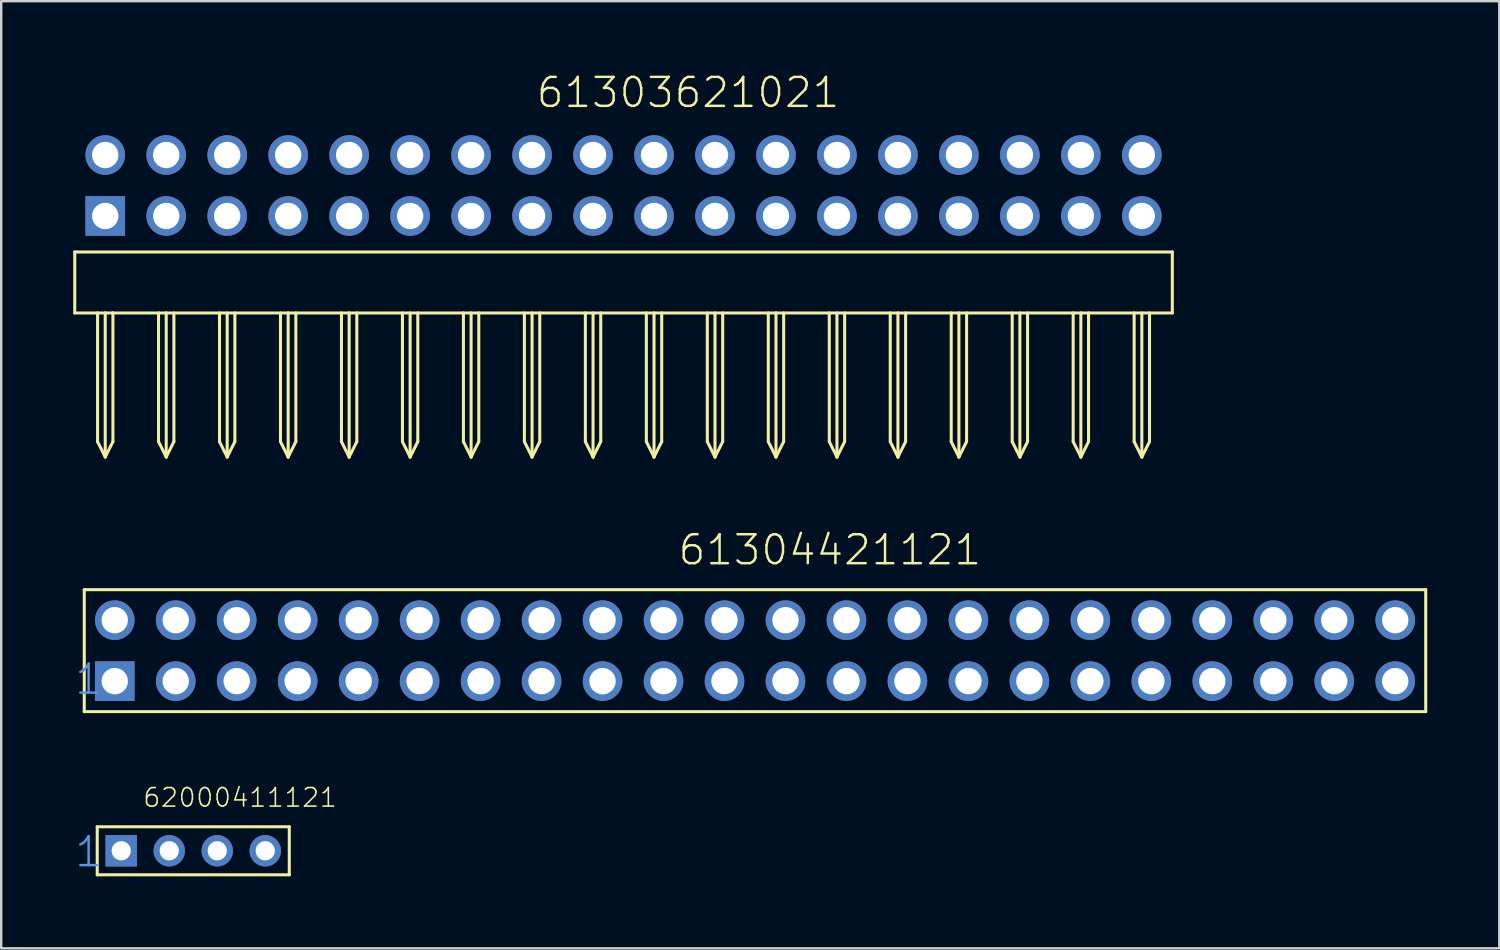
<source format=kicad_pcb>
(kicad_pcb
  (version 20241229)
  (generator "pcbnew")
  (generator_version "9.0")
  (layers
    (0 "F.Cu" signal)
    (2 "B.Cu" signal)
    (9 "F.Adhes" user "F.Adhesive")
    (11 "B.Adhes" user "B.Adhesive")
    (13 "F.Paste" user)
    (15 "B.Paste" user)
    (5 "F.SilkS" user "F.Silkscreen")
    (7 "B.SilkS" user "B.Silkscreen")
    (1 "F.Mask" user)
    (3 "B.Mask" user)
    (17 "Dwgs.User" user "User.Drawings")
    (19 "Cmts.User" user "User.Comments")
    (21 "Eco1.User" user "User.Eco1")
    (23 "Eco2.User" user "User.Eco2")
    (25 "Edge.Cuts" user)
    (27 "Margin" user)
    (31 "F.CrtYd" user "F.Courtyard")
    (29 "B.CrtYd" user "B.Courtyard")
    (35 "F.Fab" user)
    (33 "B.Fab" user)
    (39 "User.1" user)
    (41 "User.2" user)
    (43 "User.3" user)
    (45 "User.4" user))
  (footprint "62000411121"
    (layer "F.Cu")
    (at 5 32.39)
    (property "Reference" "62000411121" (at -2.136 -1.765 0) (layer "F.SilkS") (effects (font (size 0.772 0.772) (thickness 0.065)) (justify left bottom)))
    (attr through_hole)
    (fp_line (start -4 -1) (end -4 1) (stroke (width 0.127) (type solid)) (layer "F.SilkS"))
    (fp_line (start -4 1) (end 4 1) (stroke (width 0.127) (type solid)) (layer "F.SilkS"))
    (fp_line (start 4 -1) (end -4 -1) (stroke (width 0.127) (type solid)) (layer "F.SilkS"))
    (fp_line (start 4 1) (end 4 -1) (stroke (width 0.127) (type solid)) (layer "F.SilkS"))
    (fp_text user "1" (at -5 0.75 0) (layer "Cmts.User") (effects (font (size 1.206 1.206) (thickness 0.102)) (justify left bottom)))
    (pad "1" thru_hole rect (at -3 0) (size 1.308 1.308) (drill 0.8) (layers "*.Cu" "*.Mask"))
    (pad "2" thru_hole circle (at -1 0) (size 1.308 1.308) (drill 0.8) (layers "*.Cu" "*.Mask"))
    (pad "3" thru_hole circle (at 1 0) (size 1.308 1.308) (drill 0.8) (layers "*.Cu" "*.Mask"))
    (pad "4" thru_hole circle (at 3 0) (size 1.308 1.308) (drill 0.8) (layers "*.Cu" "*.Mask")))
  (footprint "61304421121"
    (layer "F.Cu")
    (at 28.4 24.054)
    (property "Reference" "61304421121" (at -3.265 -3.492 0) (layer "F.SilkS") (effects (font (size 1.206 1.206) (thickness 0.102)) (justify left bottom)))
    (attr through_hole)
    (fp_line (start -27.94 -2.54) (end 27.94 -2.54) (stroke (width 0.127) (type solid)) (layer "F.SilkS"))
    (fp_line (start -27.94 2.54) (end -27.94 -2.54) (stroke (width 0.127) (type solid)) (layer "F.SilkS"))
    (fp_line (start 27.94 -2.54) (end 27.94 2.54) (stroke (width 0.127) (type solid)) (layer "F.SilkS"))
    (fp_line (start 27.94 2.54) (end -27.94 2.54) (stroke (width 0.127) (type solid)) (layer "F.SilkS"))
    (fp_text user "1" (at -28.4 1.9 0) (layer "Cmts.User") (effects (font (size 1.206 1.206) (thickness 0.102)) (justify left bottom)))
    (pad "1" thru_hole rect (at -26.67 1.27 180) (size 1.65 1.65) (drill 1.1) (layers "*.Cu" "*.Mask"))
    (pad "2" thru_hole circle (at -24.13 1.27 180) (size 1.65 1.65) (drill 1.1) (layers "*.Cu" "*.Mask"))
    (pad "3" thru_hole circle (at -21.59 1.27 180) (size 1.65 1.65) (drill 1.1) (layers "*.Cu" "*.Mask"))
    (pad "4" thru_hole circle (at -19.05 1.27 180) (size 1.65 1.65) (drill 1.1) (layers "*.Cu" "*.Mask"))
    (pad "5" thru_hole circle (at -16.51 1.27 180) (size 1.65 1.65) (drill 1.1) (layers "*.Cu" "*.Mask"))
    (pad "6" thru_hole circle (at -13.97 1.27 180) (size 1.65 1.65) (drill 1.1) (layers "*.Cu" "*.Mask"))
    (pad "7" thru_hole circle (at -11.43 1.27 180) (size 1.65 1.65) (drill 1.1) (layers "*.Cu" "*.Mask"))
    (pad "8" thru_hole circle (at -8.89 1.27 180) (size 1.65 1.65) (drill 1.1) (layers "*.Cu" "*.Mask"))
    (pad "9" thru_hole circle (at -6.35 1.27 180) (size 1.65 1.65) (drill 1.1) (layers "*.Cu" "*.Mask"))
    (pad "10" thru_hole circle (at -3.81 1.27 180) (size 1.65 1.65) (drill 1.1) (layers "*.Cu" "*.Mask"))
    (pad "11" thru_hole circle (at -1.27 1.27 180) (size 1.65 1.65) (drill 1.1) (layers "*.Cu" "*.Mask"))
    (pad "12" thru_hole circle (at 1.27 1.27 180) (size 1.65 1.65) (drill 1.1) (layers "*.Cu" "*.Mask"))
    (pad "13" thru_hole circle (at 3.81 1.27 180) (size 1.65 1.65) (drill 1.1) (layers "*.Cu" "*.Mask"))
    (pad "14" thru_hole circle (at 6.35 1.27 180) (size 1.65 1.65) (drill 1.1) (layers "*.Cu" "*.Mask"))
    (pad "15" thru_hole circle (at 8.89 1.27 180) (size 1.65 1.65) (drill 1.1) (layers "*.Cu" "*.Mask"))
    (pad "16" thru_hole circle (at 11.43 1.27 180) (size 1.65 1.65) (drill 1.1) (layers "*.Cu" "*.Mask"))
    (pad "17" thru_hole circle (at 13.97 1.27 180) (size 1.65 1.65) (drill 1.1) (layers "*.Cu" "*.Mask"))
    (pad "18" thru_hole circle (at 16.51 1.27 180) (size 1.65 1.65) (drill 1.1) (layers "*.Cu" "*.Mask"))
    (pad "19" thru_hole circle (at 19.05 1.27 180) (size 1.65 1.65) (drill 1.1) (layers "*.Cu" "*.Mask"))
    (pad "20" thru_hole circle (at 21.59 1.27 180) (size 1.65 1.65) (drill 1.1) (layers "*.Cu" "*.Mask"))
    (pad "21" thru_hole circle (at 24.13 1.27 180) (size 1.65 1.65) (drill 1.1) (layers "*.Cu" "*.Mask"))
    (pad "22" thru_hole circle (at 26.67 1.27 180) (size 1.65 1.65) (drill 1.1) (layers "*.Cu" "*.Mask"))
    (pad "23" thru_hole circle (at 26.67 -1.27) (size 1.65 1.65) (drill 1.1) (layers "*.Cu" "*.Mask"))
    (pad "24" thru_hole circle (at 24.13 -1.27) (size 1.65 1.65) (drill 1.1) (layers "*.Cu" "*.Mask"))
    (pad "25" thru_hole circle (at 21.59 -1.27) (size 1.65 1.65) (drill 1.1) (layers "*.Cu" "*.Mask"))
    (pad "26" thru_hole circle (at 19.05 -1.27) (size 1.65 1.65) (drill 1.1) (layers "*.Cu" "*.Mask"))
    (pad "27" thru_hole circle (at 16.51 -1.27) (size 1.65 1.65) (drill 1.1) (layers "*.Cu" "*.Mask"))
    (pad "28" thru_hole circle (at 13.97 -1.27) (size 1.65 1.65) (drill 1.1) (layers "*.Cu" "*.Mask"))
    (pad "29" thru_hole circle (at 11.43 -1.27) (size 1.65 1.65) (drill 1.1) (layers "*.Cu" "*.Mask"))
    (pad "30" thru_hole circle (at 8.89 -1.27) (size 1.65 1.65) (drill 1.1) (layers "*.Cu" "*.Mask"))
    (pad "31" thru_hole circle (at 6.35 -1.27) (size 1.65 1.65) (drill 1.1) (layers "*.Cu" "*.Mask"))
    (pad "32" thru_hole circle (at 3.81 -1.27) (size 1.65 1.65) (drill 1.1) (layers "*.Cu" "*.Mask"))
    (pad "33" thru_hole circle (at 1.27 -1.27) (size 1.65 1.65) (drill 1.1) (layers "*.Cu" "*.Mask"))
    (pad "34" thru_hole circle (at -1.27 -1.27) (size 1.65 1.65) (drill 1.1) (layers "*.Cu" "*.Mask"))
    (pad "35" thru_hole circle (at -3.81 -1.27) (size 1.65 1.65) (drill 1.1) (layers "*.Cu" "*.Mask"))
    (pad "36" thru_hole circle (at -6.35 -1.27) (size 1.65 1.65) (drill 1.1) (layers "*.Cu" "*.Mask"))
    (pad "37" thru_hole circle (at -8.89 -1.27) (size 1.65 1.65) (drill 1.1) (layers "*.Cu" "*.Mask"))
    (pad "38" thru_hole circle (at -11.43 -1.27) (size 1.65 1.65) (drill 1.1) (layers "*.Cu" "*.Mask"))
    (pad "39" thru_hole circle (at -13.97 -1.27) (size 1.65 1.65) (drill 1.1) (layers "*.Cu" "*.Mask"))
    (pad "40" thru_hole circle (at -16.51 -1.27) (size 1.65 1.65) (drill 1.1) (layers "*.Cu" "*.Mask"))
    (pad "41" thru_hole circle (at -19.05 -1.27) (size 1.65 1.65) (drill 1.1) (layers "*.Cu" "*.Mask"))
    (pad "42" thru_hole circle (at -21.59 -1.27) (size 1.65 1.65) (drill 1.1) (layers "*.Cu" "*.Mask"))
    (pad "43" thru_hole circle (at -24.13 -1.27) (size 1.65 1.65) (drill 1.1) (layers "*.Cu" "*.Mask"))
    (pad "44" thru_hole circle (at -26.67 -1.27) (size 1.65 1.65) (drill 1.1) (layers "*.Cu" "*.Mask")))
  (footprint "61303621021"
    (layer "F.Cu")
    (at 22.924 5.947)
    (property "Reference" "61303621021" (at -3.696 -4.436 0) (layer "F.SilkS") (effects (font (size 1.206 1.206) (thickness 0.102)) (justify left bottom)))
    (attr through_hole)
    (fp_line (start -22.86 1.5) (end -22.86 4.04) (stroke (width 0.127) (type solid)) (layer "F.SilkS"))
    (fp_line (start -22.86 4.04) (end -21.91 4.04) (stroke (width 0.127) (type solid)) (layer "F.SilkS"))
    (fp_line (start -21.91 4.04) (end -21.91 9.4) (stroke (width 0.127) (type solid)) (layer "F.SilkS"))
    (fp_line (start -21.91 4.04) (end -21.59 4.04) (stroke (width 0.127) (type solid)) (layer "F.SilkS"))
    (fp_line (start -21.91 9.4) (end -21.59 10.04) (stroke (width 0.127) (type solid)) (layer "F.SilkS"))
    (fp_line (start -21.59 4.04) (end -21.59 10.04) (stroke (width 0.127) (type solid)) (layer "F.SilkS"))
    (fp_line (start -21.59 4.04) (end -21.27 4.04) (stroke (width 0.127) (type solid)) (layer "F.SilkS"))
    (fp_line (start -21.59 10.04) (end -21.27 9.4) (stroke (width 0.127) (type solid)) (layer "F.SilkS"))
    (fp_line (start -21.27 4.04) (end -21.27 9.4) (stroke (width 0.127) (type solid)) (layer "F.SilkS"))
    (fp_line (start -21.27 4.04) (end -19.05 4.04) (stroke (width 0.127) (type solid)) (layer "F.SilkS"))
    (fp_line (start -19.37 4.04) (end -19.37 9.4) (stroke (width 0.127) (type solid)) (layer "F.SilkS"))
    (fp_line (start -19.37 9.4) (end -19.05 10.04) (stroke (width 0.127) (type solid)) (layer "F.SilkS"))
    (fp_line (start -19.05 4.04) (end -19.05 10.04) (stroke (width 0.127) (type solid)) (layer "F.SilkS"))
    (fp_line (start -19.05 4.04) (end -13.97 4.04) (stroke (width 0.127) (type solid)) (layer "F.SilkS"))
    (fp_line (start -19.05 10.04) (end -18.73 9.4) (stroke (width 0.127) (type solid)) (layer "F.SilkS"))
    (fp_line (start -18.73 4.04) (end -18.73 9.4) (stroke (width 0.127) (type solid)) (layer "F.SilkS"))
    (fp_line (start -16.83 4.04) (end -16.83 9.4) (stroke (width 0.127) (type solid)) (layer "F.SilkS"))
    (fp_line (start -16.83 9.4) (end -16.51 10.04) (stroke (width 0.127) (type solid)) (layer "F.SilkS"))
    (fp_line (start -16.51 4.04) (end -16.51 10.04) (stroke (width 0.127) (type solid)) (layer "F.SilkS"))
    (fp_line (start -16.51 10.04) (end -16.19 9.4) (stroke (width 0.127) (type solid)) (layer "F.SilkS"))
    (fp_line (start -16.19 4.04) (end -16.19 9.4) (stroke (width 0.127) (type solid)) (layer "F.SilkS"))
    (fp_line (start -14.29 4.04) (end -14.29 9.4) (stroke (width 0.127) (type solid)) (layer "F.SilkS"))
    (fp_line (start -14.29 9.4) (end -13.97 10.04) (stroke (width 0.127) (type solid)) (layer "F.SilkS"))
    (fp_line (start -13.97 4.04) (end -13.97 10.04) (stroke (width 0.127) (type solid)) (layer "F.SilkS"))
    (fp_line (start -13.97 4.04) (end -11.43 4.04) (stroke (width 0.127) (type solid)) (layer "F.SilkS"))
    (fp_line (start -13.97 10.04) (end -13.65 9.4) (stroke (width 0.127) (type solid)) (layer "F.SilkS"))
    (fp_line (start -13.65 4.04) (end -13.65 9.4) (stroke (width 0.127) (type solid)) (layer "F.SilkS"))
    (fp_line (start -11.75 4.04) (end -11.75 9.4) (stroke (width 0.127) (type solid)) (layer "F.SilkS"))
    (fp_line (start -11.75 9.4) (end -11.43 10.04) (stroke (width 0.127) (type solid)) (layer "F.SilkS"))
    (fp_line (start -11.43 4.04) (end -11.43 10.04) (stroke (width 0.127) (type solid)) (layer "F.SilkS"))
    (fp_line (start -11.43 4.04) (end 22.86 4.04) (stroke (width 0.127) (type solid)) (layer "F.SilkS"))
    (fp_line (start -11.43 10.04) (end -11.11 9.4) (stroke (width 0.127) (type solid)) (layer "F.SilkS"))
    (fp_line (start -11.11 4.04) (end -11.11 9.4) (stroke (width 0.127) (type solid)) (layer "F.SilkS"))
    (fp_line (start -9.21 4.04) (end -9.21 9.4) (stroke (width 0.127) (type solid)) (layer "F.SilkS"))
    (fp_line (start -9.21 9.4) (end -8.89 10.04) (stroke (width 0.127) (type solid)) (layer "F.SilkS"))
    (fp_line (start -8.89 4.04) (end -8.89 10.04) (stroke (width 0.127) (type solid)) (layer "F.SilkS"))
    (fp_line (start -8.89 10.04) (end -8.57 9.4) (stroke (width 0.127) (type solid)) (layer "F.SilkS"))
    (fp_line (start -8.57 4.04) (end -8.57 9.4) (stroke (width 0.127) (type solid)) (layer "F.SilkS"))
    (fp_line (start -6.67 4.04) (end -6.67 9.4) (stroke (width 0.127) (type solid)) (layer "F.SilkS"))
    (fp_line (start -6.67 9.4) (end -6.35 10.04) (stroke (width 0.127) (type solid)) (layer "F.SilkS"))
    (fp_line (start -6.35 4.04) (end -6.35 10.04) (stroke (width 0.127) (type solid)) (layer "F.SilkS"))
    (fp_line (start -6.35 10.04) (end -6.03 9.4) (stroke (width 0.127) (type solid)) (layer "F.SilkS"))
    (fp_line (start -6.03 4.04) (end -6.03 9.4) (stroke (width 0.127) (type solid)) (layer "F.SilkS"))
    (fp_line (start -4.13 4.04) (end -4.13 9.4) (stroke (width 0.127) (type solid)) (layer "F.SilkS"))
    (fp_line (start -4.13 9.4) (end -3.81 10.04) (stroke (width 0.127) (type solid)) (layer "F.SilkS"))
    (fp_line (start -3.81 4.04) (end -3.81 10.04) (stroke (width 0.127) (type solid)) (layer "F.SilkS"))
    (fp_line (start -3.81 10.04) (end -3.49 9.4) (stroke (width 0.127) (type solid)) (layer "F.SilkS"))
    (fp_line (start -3.49 4.04) (end -3.49 9.4) (stroke (width 0.127) (type solid)) (layer "F.SilkS"))
    (fp_line (start -1.59 4.04) (end -1.59 9.4) (stroke (width 0.127) (type solid)) (layer "F.SilkS"))
    (fp_line (start -1.59 9.4) (end -1.27 10.04) (stroke (width 0.127) (type solid)) (layer "F.SilkS"))
    (fp_line (start -1.27 4.04) (end -1.27 10.04) (stroke (width 0.127) (type solid)) (layer "F.SilkS"))
    (fp_line (start -1.27 10.04) (end -0.95 9.4) (stroke (width 0.127) (type solid)) (layer "F.SilkS"))
    (fp_line (start -0.95 4.04) (end -0.95 9.4) (stroke (width 0.127) (type solid)) (layer "F.SilkS"))
    (fp_line (start 0.95 4.04) (end 0.95 9.4) (stroke (width 0.127) (type solid)) (layer "F.SilkS"))
    (fp_line (start 0.95 9.4) (end 1.27 10.04) (stroke (width 0.127) (type solid)) (layer "F.SilkS"))
    (fp_line (start 1.27 4.04) (end 1.27 10.04) (stroke (width 0.127) (type solid)) (layer "F.SilkS"))
    (fp_line (start 1.27 10.04) (end 1.59 9.4) (stroke (width 0.127) (type solid)) (layer "F.SilkS"))
    (fp_line (start 1.59 4.04) (end 1.59 9.4) (stroke (width 0.127) (type solid)) (layer "F.SilkS"))
    (fp_line (start 3.49 4.04) (end 3.49 9.4) (stroke (width 0.127) (type solid)) (layer "F.SilkS"))
    (fp_line (start 3.49 9.4) (end 3.81 10.04) (stroke (width 0.127) (type solid)) (layer "F.SilkS"))
    (fp_line (start 3.81 4.04) (end 3.81 10.04) (stroke (width 0.127) (type solid)) (layer "F.SilkS"))
    (fp_line (start 3.81 10.04) (end 4.13 9.4) (stroke (width 0.127) (type solid)) (layer "F.SilkS"))
    (fp_line (start 4.13 4.04) (end 4.13 9.4) (stroke (width 0.127) (type solid)) (layer "F.SilkS"))
    (fp_line (start 6.03 4.04) (end 6.03 9.4) (stroke (width 0.127) (type solid)) (layer "F.SilkS"))
    (fp_line (start 6.03 9.4) (end 6.35 10.04) (stroke (width 0.127) (type solid)) (layer "F.SilkS"))
    (fp_line (start 6.35 4.04) (end 6.35 10.04) (stroke (width 0.127) (type solid)) (layer "F.SilkS"))
    (fp_line (start 6.35 10.04) (end 6.67 9.4) (stroke (width 0.127) (type solid)) (layer "F.SilkS"))
    (fp_line (start 6.67 4.04) (end 6.67 9.4) (stroke (width 0.127) (type solid)) (layer "F.SilkS"))
    (fp_line (start 8.57 4.04) (end 8.57 9.4) (stroke (width 0.127) (type solid)) (layer "F.SilkS"))
    (fp_line (start 8.57 9.4) (end 8.89 10.04) (stroke (width 0.127) (type solid)) (layer "F.SilkS"))
    (fp_line (start 8.89 4.04) (end 8.89 10.04) (stroke (width 0.127) (type solid)) (layer "F.SilkS"))
    (fp_line (start 8.89 10.04) (end 9.21 9.4) (stroke (width 0.127) (type solid)) (layer "F.SilkS"))
    (fp_line (start 9.21 4.04) (end 9.21 9.4) (stroke (width 0.127) (type solid)) (layer "F.SilkS"))
    (fp_line (start 11.11 4.04) (end 11.11 9.4) (stroke (width 0.127) (type solid)) (layer "F.SilkS"))
    (fp_line (start 11.11 9.4) (end 11.43 10.04) (stroke (width 0.127) (type solid)) (layer "F.SilkS"))
    (fp_line (start 11.43 4.04) (end 11.43 10.04) (stroke (width 0.127) (type solid)) (layer "F.SilkS"))
    (fp_line (start 11.43 10.04) (end 11.75 9.4) (stroke (width 0.127) (type solid)) (layer "F.SilkS"))
    (fp_line (start 11.75 4.04) (end 11.75 9.4) (stroke (width 0.127) (type solid)) (layer "F.SilkS"))
    (fp_line (start 13.65 4.04) (end 13.65 9.4) (stroke (width 0.127) (type solid)) (layer "F.SilkS"))
    (fp_line (start 13.65 9.4) (end 13.97 10.04) (stroke (width 0.127) (type solid)) (layer "F.SilkS"))
    (fp_line (start 13.97 4.04) (end 13.97 10.04) (stroke (width 0.127) (type solid)) (layer "F.SilkS"))
    (fp_line (start 13.97 10.04) (end 14.29 9.4) (stroke (width 0.127) (type solid)) (layer "F.SilkS"))
    (fp_line (start 14.29 4.04) (end 14.29 9.4) (stroke (width 0.127) (type solid)) (layer "F.SilkS"))
    (fp_line (start 16.19 4.04) (end 16.19 9.4) (stroke (width 0.127) (type solid)) (layer "F.SilkS"))
    (fp_line (start 16.19 9.4) (end 16.51 10.04) (stroke (width 0.127) (type solid)) (layer "F.SilkS"))
    (fp_line (start 16.51 4.04) (end 16.51 10.04) (stroke (width 0.127) (type solid)) (layer "F.SilkS"))
    (fp_line (start 16.51 10.04) (end 16.83 9.4) (stroke (width 0.127) (type solid)) (layer "F.SilkS"))
    (fp_line (start 16.83 4.04) (end 16.83 9.4) (stroke (width 0.127) (type solid)) (layer "F.SilkS"))
    (fp_line (start 18.73 4.04) (end 18.73 9.4) (stroke (width 0.127) (type solid)) (layer "F.SilkS"))
    (fp_line (start 18.73 9.4) (end 19.05 10.04) (stroke (width 0.127) (type solid)) (layer "F.SilkS"))
    (fp_line (start 19.05 4.04) (end 19.05 10.04) (stroke (width 0.127) (type solid)) (layer "F.SilkS"))
    (fp_line (start 19.05 10.04) (end 19.37 9.4) (stroke (width 0.127) (type solid)) (layer "F.SilkS"))
    (fp_line (start 19.37 4.04) (end 19.37 9.4) (stroke (width 0.127) (type solid)) (layer "F.SilkS"))
    (fp_line (start 21.27 4.04) (end 21.27 9.4) (stroke (width 0.127) (type solid)) (layer "F.SilkS"))
    (fp_line (start 21.27 9.4) (end 21.59 10.04) (stroke (width 0.127) (type solid)) (layer "F.SilkS"))
    (fp_line (start 21.59 4.04) (end 21.59 10.04) (stroke (width 0.127) (type solid)) (layer "F.SilkS"))
    (fp_line (start 21.59 10.04) (end 21.91 9.4) (stroke (width 0.127) (type solid)) (layer "F.SilkS"))
    (fp_line (start 21.91 4.04) (end 21.91 9.4) (stroke (width 0.127) (type solid)) (layer "F.SilkS"))
    (fp_line (start 22.86 1.5) (end -22.86 1.5) (stroke (width 0.127) (type solid)) (layer "F.SilkS"))
    (fp_line (start 22.86 4.04) (end 22.86 1.5) (stroke (width 0.127) (type solid)) (layer "F.SilkS"))
    (pad "1" thru_hole rect (at -21.59 0 180) (size 1.65 1.65) (drill 1.1) (layers "*.Cu" "*.Mask"))
    (pad "2" thru_hole circle (at -19.05 0 180) (size 1.65 1.65) (drill 1.1) (layers "*.Cu" "*.Mask"))
    (pad "3" thru_hole circle (at -16.51 0 180) (size 1.65 1.65) (drill 1.1) (layers "*.Cu" "*.Mask"))
    (pad "4" thru_hole circle (at -13.97 0 180) (size 1.65 1.65) (drill 1.1) (layers "*.Cu" "*.Mask"))
    (pad "5" thru_hole circle (at -11.43 0 180) (size 1.65 1.65) (drill 1.1) (layers "*.Cu" "*.Mask"))
    (pad "6" thru_hole circle (at -8.89 0 180) (size 1.65 1.65) (drill 1.1) (layers "*.Cu" "*.Mask"))
    (pad "7" thru_hole circle (at -6.35 0 180) (size 1.65 1.65) (drill 1.1) (layers "*.Cu" "*.Mask"))
    (pad "8" thru_hole circle (at -3.81 0 180) (size 1.65 1.65) (drill 1.1) (layers "*.Cu" "*.Mask"))
    (pad "9" thru_hole circle (at -1.27 0 180) (size 1.65 1.65) (drill 1.1) (layers "*.Cu" "*.Mask"))
    (pad "10" thru_hole circle (at 1.27 0 180) (size 1.65 1.65) (drill 1.1) (layers "*.Cu" "*.Mask"))
    (pad "11" thru_hole circle (at 3.81 0 180) (size 1.65 1.65) (drill 1.1) (layers "*.Cu" "*.Mask"))
    (pad "12" thru_hole circle (at 6.35 0 180) (size 1.65 1.65) (drill 1.1) (layers "*.Cu" "*.Mask"))
    (pad "13" thru_hole circle (at 8.89 0 180) (size 1.65 1.65) (drill 1.1) (layers "*.Cu" "*.Mask"))
    (pad "14" thru_hole circle (at 11.43 0 180) (size 1.65 1.65) (drill 1.1) (layers "*.Cu" "*.Mask"))
    (pad "15" thru_hole circle (at 13.97 0 180) (size 1.65 1.65) (drill 1.1) (layers "*.Cu" "*.Mask"))
    (pad "16" thru_hole circle (at 16.51 0 180) (size 1.65 1.65) (drill 1.1) (layers "*.Cu" "*.Mask"))
    (pad "17" thru_hole circle (at 19.05 0 180) (size 1.65 1.65) (drill 1.1) (layers "*.Cu" "*.Mask"))
    (pad "18" thru_hole circle (at 21.59 0 180) (size 1.65 1.65) (drill 1.1) (layers "*.Cu" "*.Mask"))
    (pad "19" thru_hole circle (at 21.59 -2.54) (size 1.65 1.65) (drill 1.1) (layers "*.Cu" "*.Mask"))
    (pad "20" thru_hole circle (at 19.05 -2.54) (size 1.65 1.65) (drill 1.1) (layers "*.Cu" "*.Mask"))
    (pad "21" thru_hole circle (at 16.51 -2.54) (size 1.65 1.65) (drill 1.1) (layers "*.Cu" "*.Mask"))
    (pad "22" thru_hole circle (at 13.97 -2.54) (size 1.65 1.65) (drill 1.1) (layers "*.Cu" "*.Mask"))
    (pad "23" thru_hole circle (at 11.43 -2.54) (size 1.65 1.65) (drill 1.1) (layers "*.Cu" "*.Mask"))
    (pad "24" thru_hole circle (at 8.89 -2.54) (size 1.65 1.65) (drill 1.1) (layers "*.Cu" "*.Mask"))
    (pad "25" thru_hole circle (at 6.35 -2.54) (size 1.65 1.65) (drill 1.1) (layers "*.Cu" "*.Mask"))
    (pad "26" thru_hole circle (at 3.81 -2.54) (size 1.65 1.65) (drill 1.1) (layers "*.Cu" "*.Mask"))
    (pad "27" thru_hole circle (at 1.27 -2.54) (size 1.65 1.65) (drill 1.1) (layers "*.Cu" "*.Mask"))
    (pad "28" thru_hole circle (at -1.27 -2.54) (size 1.65 1.65) (drill 1.1) (layers "*.Cu" "*.Mask"))
    (pad "29" thru_hole circle (at -3.81 -2.54) (size 1.65 1.65) (drill 1.1) (layers "*.Cu" "*.Mask"))
    (pad "30" thru_hole circle (at -6.35 -2.54) (size 1.65 1.65) (drill 1.1) (layers "*.Cu" "*.Mask"))
    (pad "31" thru_hole circle (at -8.89 -2.54) (size 1.65 1.65) (drill 1.1) (layers "*.Cu" "*.Mask"))
    (pad "32" thru_hole circle (at -11.43 -2.54) (size 1.65 1.65) (drill 1.1) (layers "*.Cu" "*.Mask"))
    (pad "33" thru_hole circle (at -13.97 -2.54) (size 1.65 1.65) (drill 1.1) (layers "*.Cu" "*.Mask"))
    (pad "34" thru_hole circle (at -16.51 -2.54) (size 1.65 1.65) (drill 1.1) (layers "*.Cu" "*.Mask"))
    (pad "35" thru_hole circle (at -19.05 -2.54) (size 1.65 1.65) (drill 1.1) (layers "*.Cu" "*.Mask"))
    (pad "36" thru_hole circle (at -21.59 -2.54) (size 1.65 1.65) (drill 1.1) (layers "*.Cu" "*.Mask")))
  (gr_rect
    (start -3 -3)
    (end 59.404 36.453)
    (stroke (width 0.1) (type default))
    (fill no)
    (layer "Edge.Cuts")))
</source>
